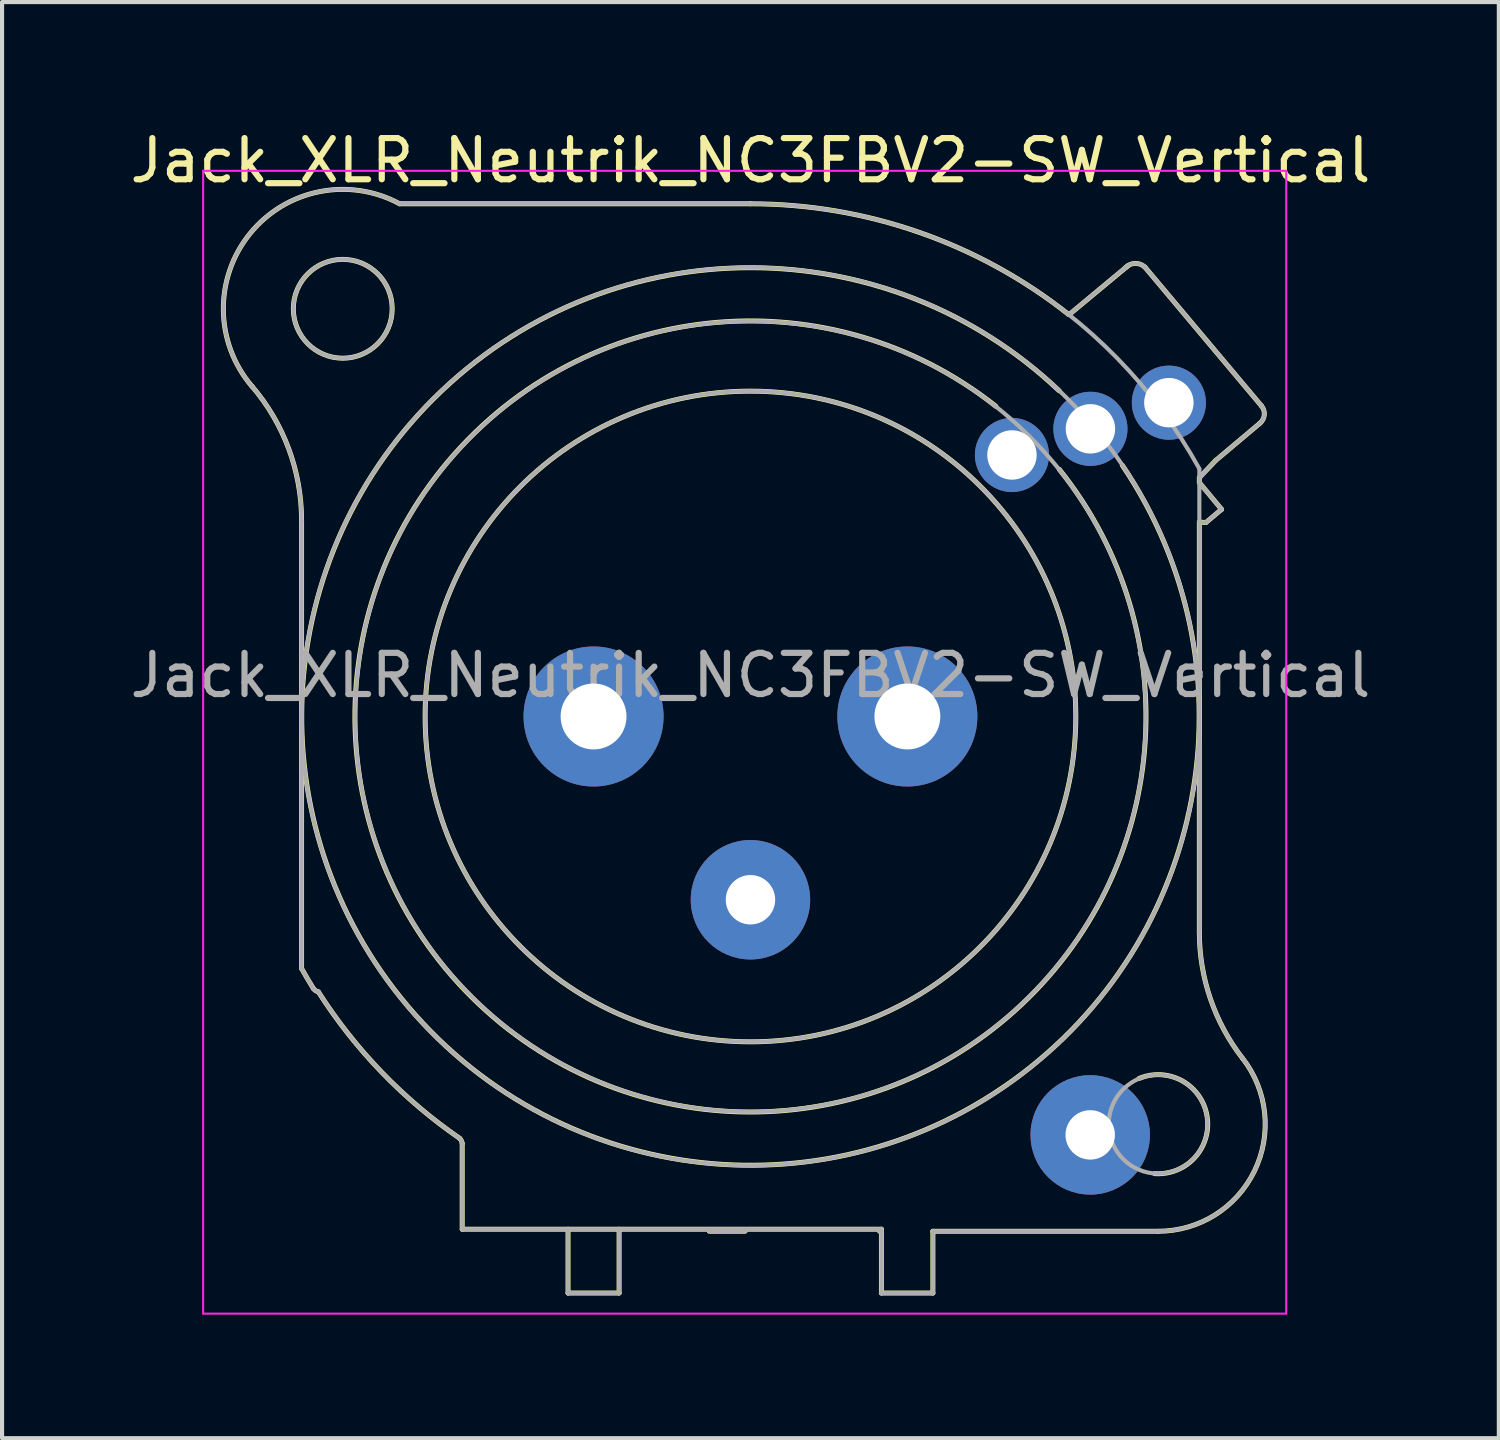
<source format=kicad_pcb>
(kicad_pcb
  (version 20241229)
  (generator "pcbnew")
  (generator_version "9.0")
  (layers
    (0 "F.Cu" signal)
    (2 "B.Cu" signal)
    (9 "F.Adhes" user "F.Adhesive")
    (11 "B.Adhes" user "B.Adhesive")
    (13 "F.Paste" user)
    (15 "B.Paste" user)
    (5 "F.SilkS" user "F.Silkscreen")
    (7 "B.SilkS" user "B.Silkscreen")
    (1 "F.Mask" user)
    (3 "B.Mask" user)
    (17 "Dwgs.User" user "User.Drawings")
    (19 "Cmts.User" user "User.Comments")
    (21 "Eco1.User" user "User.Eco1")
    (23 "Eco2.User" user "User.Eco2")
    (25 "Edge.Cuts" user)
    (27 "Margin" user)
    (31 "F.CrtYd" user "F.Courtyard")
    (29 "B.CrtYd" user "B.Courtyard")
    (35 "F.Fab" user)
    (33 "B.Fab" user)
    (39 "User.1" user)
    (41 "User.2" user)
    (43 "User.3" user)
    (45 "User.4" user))
  (footprint "Jack_XLR_Neutrik_NC3FBV2-SW_Vertical"
    (layer "F.Cu")
    (at 18.983 14.348)
    (property "Reference" "Jack_XLR_Neutrik_NC3FBV2-SW_Vertical" (at -3.81 -13.5 0) (layer "F.SilkS") (effects (font (size 1 1) (thickness 0.15))))
    (attr through_hole)
    (fp_line (start -14.71 -4.76) (end -14.71 6.12) (stroke (width 0.12) (type solid)) (layer "F.SilkS"))
    (fp_line (start -10.81 10.37) (end -10.81 12.45) (stroke (width 0.12) (type solid)) (layer "F.SilkS"))
    (fp_line (start -10.81 12.45) (end -0.63 12.45) (stroke (width 0.12) (type solid)) (layer "F.SilkS"))
    (fp_line (start -8.24 12.45) (end -8.24 14) (stroke (width 0.12) (type solid)) (layer "F.SilkS"))
    (fp_line (start -7 14) (end -8.24 14) (stroke (width 0.12) (type solid)) (layer "F.SilkS"))
    (fp_line (start -7 14) (end -7 12.45) (stroke (width 0.12) (type solid)) (layer "F.SilkS"))
    (fp_line (start -4.81 12.5) (end -3.94 12.5) (stroke (width 0.12) (type solid)) (layer "F.SilkS"))
    (fp_line (start -3.81 -12.45) (end -12.33 -12.45) (stroke (width 0.12) (type solid)) (layer "F.SilkS"))
    (fp_line (start -0.63 12.5) (end -0.675 12.5) (stroke (width 0.12) (type solid)) (layer "F.SilkS"))
    (fp_line (start -0.63 12.5) (end -0.63 12.45) (stroke (width 0.12) (type solid)) (layer "F.SilkS"))
    (fp_line (start -0.63 12.5) (end -0.63 14) (stroke (width 0.12) (type solid)) (layer "F.SilkS"))
    (fp_line (start 0.62 12.5) (end 6.09 12.5) (stroke (width 0.12) (type solid)) (layer "F.SilkS"))
    (fp_line (start 0.62 14) (end -0.63 14) (stroke (width 0.12) (type solid)) (layer "F.SilkS"))
    (fp_line (start 0.62 14) (end 0.62 12.5) (stroke (width 0.12) (type solid)) (layer "F.SilkS"))
    (fp_line (start 3.93 -9.76) (end 5.35 -10.94) (stroke (width 0.12) (type solid)) (layer "F.SilkS"))
    (fp_line (start 5.77 -10.91) (end 8.6 -7.54) (stroke (width 0.12) (type solid)) (layer "F.SilkS"))
    (fp_line (start 7.09 -5.68) (end 7.09 -5.8) (stroke (width 0.12) (type solid)) (layer "F.SilkS"))
    (fp_line (start 7.09 -5.68) (end 7.63 -5.03) (stroke (width 0.12) (type solid)) (layer "F.SilkS"))
    (fp_line (start 7.09 -4.72) (end 7.25 -4.71) (stroke (width 0.12) (type solid)) (layer "F.SilkS"))
    (fp_line (start 7.09 5.24) (end 7.09 -4.72) (stroke (width 0.12) (type solid)) (layer "F.SilkS"))
    (fp_line (start 7.49 -6.22) (end 7.09 -5.8) (stroke (width 0.12) (type solid)) (layer "F.SilkS"))
    (fp_line (start 7.63 -5.03) (end 7.25 -4.71) (stroke (width 0.12) (type solid)) (layer "F.SilkS"))
    (fp_line (start 8.56 -7.12) (end 7.49 -6.22) (stroke (width 0.12) (type solid)) (layer "F.SilkS"))
    (fp_arc (start -15.916051 -8.020379) (mid -15.021177 -6.498148) (end -14.71 -4.76) (stroke (width 0.12) (type solid)) (layer "F.SilkS"))
    (fp_arc (start -15.912179 -8.013918) (mid -15.965815 -11.721592) (end -12.33 -12.45) (stroke (width 0.12) (type solid)) (layer "F.SilkS"))
    (fp_arc (start -14.421158 6.608156) (mid -14.568348 6.365716) (end -14.71 6.12) (stroke (width 0.12) (type solid)) (layer "F.SilkS"))
    (fp_arc (start -14.305433 6.684771) (mid -14.369308 6.657486) (end -14.42 6.61) (stroke (width 0.12) (type solid)) (layer "F.SilkS"))
    (fp_arc (start -10.872947 10.242974) (mid -10.829902 10.300753) (end -10.81 10.37) (stroke (width 0.12) (type solid)) (layer "F.SilkS"))
    (fp_arc (start -10.869996 10.244641) (mid -12.763182 8.639256) (end -14.3 6.69) (stroke (width 0.12) (type solid)) (layer "F.SilkS"))
    (fp_arc (start -3.813831 -12.449537) (mid 0.28062 -11.758308) (end 3.92 -9.759) (stroke (width 0.12) (type solid)) (layer "F.SilkS"))
    (fp_arc (start 3.69 -6) (mid -10.58257 6.810455) (end 2.148069 -7.533353) (stroke (width 0.12) (type solid)) (layer "F.SilkS"))
    (fp_arc (start 5.22 -6.1) (mid -12.122241 7.046812) (end 3.685671 -7.909855) (stroke (width 0.12) (type solid)) (layer "F.SilkS"))
    (fp_arc (start 5.3 -10.9) (mid 5.532929 -11.00234) (end 5.77 -10.91) (stroke (width 0.12) (type solid)) (layer "F.SilkS"))
    (fp_arc (start 5.625402 8.789933) (mid 7.277854 9.707379) (end 6 11.1) (stroke (width 0.12) (type solid)) (layer "F.SilkS"))
    (fp_arc (start 8.141619 8.302858) (mid 8.42587 11.041804) (end 6.09 12.5) (stroke (width 0.12) (type solid)) (layer "F.SilkS"))
    (fp_arc (start 8.14247 8.305283) (mid 7.360446 6.860467) (end 7.09 5.24) (stroke (width 0.12) (type solid)) (layer "F.SilkS"))
    (fp_arc (start 8.6 -7.54) (mid 8.666985 -7.321716) (end 8.56 -7.12) (stroke (width 0.12) (type solid)) (layer "F.SilkS"))
    (fp_circle (center -13.71 -9.9) (end -12.51 -9.9) (stroke (width 0.12) (type solid)) (fill no) (layer "F.SilkS"))
    (fp_circle (center -3.81 0) (end 4.09 0) (stroke (width 0.12) (type solid)) (fill no) (layer "F.SilkS"))
    (fp_line (start -17.1 -13.25) (end 9.2 -13.25) (stroke (width 0.05) (type solid)) (layer "F.CrtYd"))
    (fp_line (start -17.1 14.5) (end -17.1 -13.25) (stroke (width 0.05) (type solid)) (layer "F.CrtYd"))
    (fp_line (start 9.2 -13.25) (end 9.2 14.5) (stroke (width 0.05) (type solid)) (layer "F.CrtYd"))
    (fp_line (start 9.2 14.5) (end -17.1 14.5) (stroke (width 0.05) (type solid)) (layer "F.CrtYd"))
    (fp_line (start -14.71 -4.76) (end -14.71 6.12) (stroke (width 0.1) (type solid)) (layer "F.Fab"))
    (fp_line (start -10.81 10.37) (end -10.81 12.45) (stroke (width 0.1) (type solid)) (layer "F.Fab"))
    (fp_line (start -10.81 12.45) (end -0.63 12.45) (stroke (width 0.1) (type solid)) (layer "F.Fab"))
    (fp_line (start -8.24 12.45) (end -8.24 14) (stroke (width 0.1) (type solid)) (layer "F.Fab"))
    (fp_line (start -7 14) (end -8.24 14) (stroke (width 0.1) (type solid)) (layer "F.Fab"))
    (fp_line (start -7 14) (end -7 12.45) (stroke (width 0.1) (type solid)) (layer "F.Fab"))
    (fp_line (start -4.81 12.5) (end -3.94 12.5) (stroke (width 0.1) (type solid)) (layer "F.Fab"))
    (fp_line (start -3.81 -12.45) (end -12.33 -12.45) (stroke (width 0.1) (type solid)) (layer "F.Fab"))
    (fp_line (start -0.63 12.5) (end -0.675 12.5) (stroke (width 0.1) (type solid)) (layer "F.Fab"))
    (fp_line (start -0.63 12.5) (end -0.63 12.45) (stroke (width 0.1) (type solid)) (layer "F.Fab"))
    (fp_line (start -0.63 12.5) (end -0.63 14) (stroke (width 0.1) (type solid)) (layer "F.Fab"))
    (fp_line (start 0.62 12.5) (end 6.09 12.5) (stroke (width 0.1) (type solid)) (layer "F.Fab"))
    (fp_line (start 0.62 14) (end -0.63 14) (stroke (width 0.1) (type solid)) (layer "F.Fab"))
    (fp_line (start 0.62 14) (end 0.62 12.5) (stroke (width 0.1) (type solid)) (layer "F.Fab"))
    (fp_line (start 3.93 -9.76) (end 5.3 -10.9) (stroke (width 0.1) (type solid)) (layer "F.Fab"))
    (fp_line (start 5.77 -10.91) (end 8.6 -7.54) (stroke (width 0.1) (type solid)) (layer "F.Fab"))
    (fp_line (start 7.09 -5.68) (end 7.63 -5.03) (stroke (width 0.1) (type solid)) (layer "F.Fab"))
    (fp_line (start 7.09 -4.72) (end 7.25 -4.71) (stroke (width 0.1) (type solid)) (layer "F.Fab"))
    (fp_line (start 7.09 5.24) (end 7.09 -6.015) (stroke (width 0.1) (type solid)) (layer "F.Fab"))
    (fp_line (start 7.49 -6.22) (end 7.09 -5.8) (stroke (width 0.1) (type solid)) (layer "F.Fab"))
    (fp_line (start 7.63 -5.03) (end 7.25 -4.71) (stroke (width 0.1) (type solid)) (layer "F.Fab"))
    (fp_line (start 8.56 -7.12) (end 7.49 -6.22) (stroke (width 0.1) (type solid)) (layer "F.Fab"))
    (fp_arc (start -15.916051 -8.020379) (mid -15.021177 -6.498148) (end -14.71 -4.76) (stroke (width 0.1) (type solid)) (layer "F.Fab"))
    (fp_arc (start -15.912179 -8.013918) (mid -15.965815 -11.721592) (end -12.33 -12.45) (stroke (width 0.1) (type solid)) (layer "F.Fab"))
    (fp_arc (start -14.421158 6.608156) (mid -14.568348 6.365716) (end -14.71 6.12) (stroke (width 0.1) (type solid)) (layer "F.Fab"))
    (fp_arc (start -14.305433 6.684771) (mid -14.369308 6.657486) (end -14.42 6.61) (stroke (width 0.1) (type solid)) (layer "F.Fab"))
    (fp_arc (start -10.872947 10.242974) (mid -10.829902 10.300753) (end -10.81 10.37) (stroke (width 0.1) (type solid)) (layer "F.Fab"))
    (fp_arc (start -10.869996 10.244641) (mid -12.763182 8.639256) (end -14.3 6.69) (stroke (width 0.1) (type solid)) (layer "F.Fab"))
    (fp_arc (start -3.808141 -12.449507) (mid 2.519562 -10.720395) (end 7.09 -6.015) (stroke (width 0.1) (type solid)) (layer "F.Fab"))
    (fp_arc (start 5.3 -10.9) (mid 5.532929 -11.00234) (end 5.77 -10.91) (stroke (width 0.1) (type solid)) (layer "F.Fab"))
    (fp_arc (start 8.141619 8.302858) (mid 8.42587 11.041804) (end 6.09 12.5) (stroke (width 0.1) (type solid)) (layer "F.Fab"))
    (fp_arc (start 8.14247 8.305283) (mid 7.360446 6.860467) (end 7.09 5.24) (stroke (width 0.1) (type solid)) (layer "F.Fab"))
    (fp_arc (start 8.6 -7.54) (mid 8.666985 -7.321716) (end 8.56 -7.12) (stroke (width 0.1) (type solid)) (layer "F.Fab"))
    (fp_circle (center -13.71 -9.9) (end -12.51 -9.9) (stroke (width 0.1) (type solid)) (fill no) (layer "F.Fab"))
    (fp_circle (center -3.81 0) (end 4.09 0) (stroke (width 0.1) (type solid)) (fill no) (layer "F.Fab"))
    (fp_circle (center -3.81 0) (end 5.79 0) (stroke (width 0.1) (type solid)) (fill no) (layer "F.Fab"))
    (fp_circle (center -3.81 0) (end 7.09 0) (stroke (width 0.1) (type solid)) (fill no) (layer "F.Fab"))
    (fp_circle (center 6.09 9.9) (end 7.29 9.9) (stroke (width 0.1) (type solid)) (fill no) (layer "F.Fab"))
    (fp_text user "${REFERENCE}" (at -3.81 -1 0) (layer "F.Fab") (effects (font (size 1 1) (thickness 0.15))))
    (pad "1" thru_hole circle (at 0 0) (size 3.4 3.4) (drill 1.6) (layers "*.Cu" "*.Mask"))
    (pad "2" thru_hole circle (at -7.62 0) (size 3.4 3.4) (drill 1.6) (layers "*.Cu" "*.Mask"))
    (pad "3" thru_hole circle (at -3.81 4.45) (size 2.9 2.9) (drill 1.2) (layers "*.Cu" "*.Mask"))
    (pad "G" thru_hole circle (at 4.44 10.16) (size 2.9 2.9) (drill 1.2) (layers "*.Cu" "*.Mask"))
    (pad "N" thru_hole circle (at 4.445 -6.985) (size 1.8 1.8) (drill 1.2) (layers "*.Cu" "*.Mask"))
    (pad "NC" thru_hole circle (at 2.54 -6.35) (size 1.8 1.8) (drill 1.2) (layers "*.Cu" "*.Mask"))
    (pad "NO" thru_hole circle (at 6.35 -7.62) (size 1.8 1.8) (drill 1.2) (layers "*.Cu" "*.Mask")))
  (gr_rect
    (start -3 -3)
    (end 33.345 31.873)
    (stroke (width 0.1) (type default))
    (fill no)
    (layer "Edge.Cuts")))
</source>
